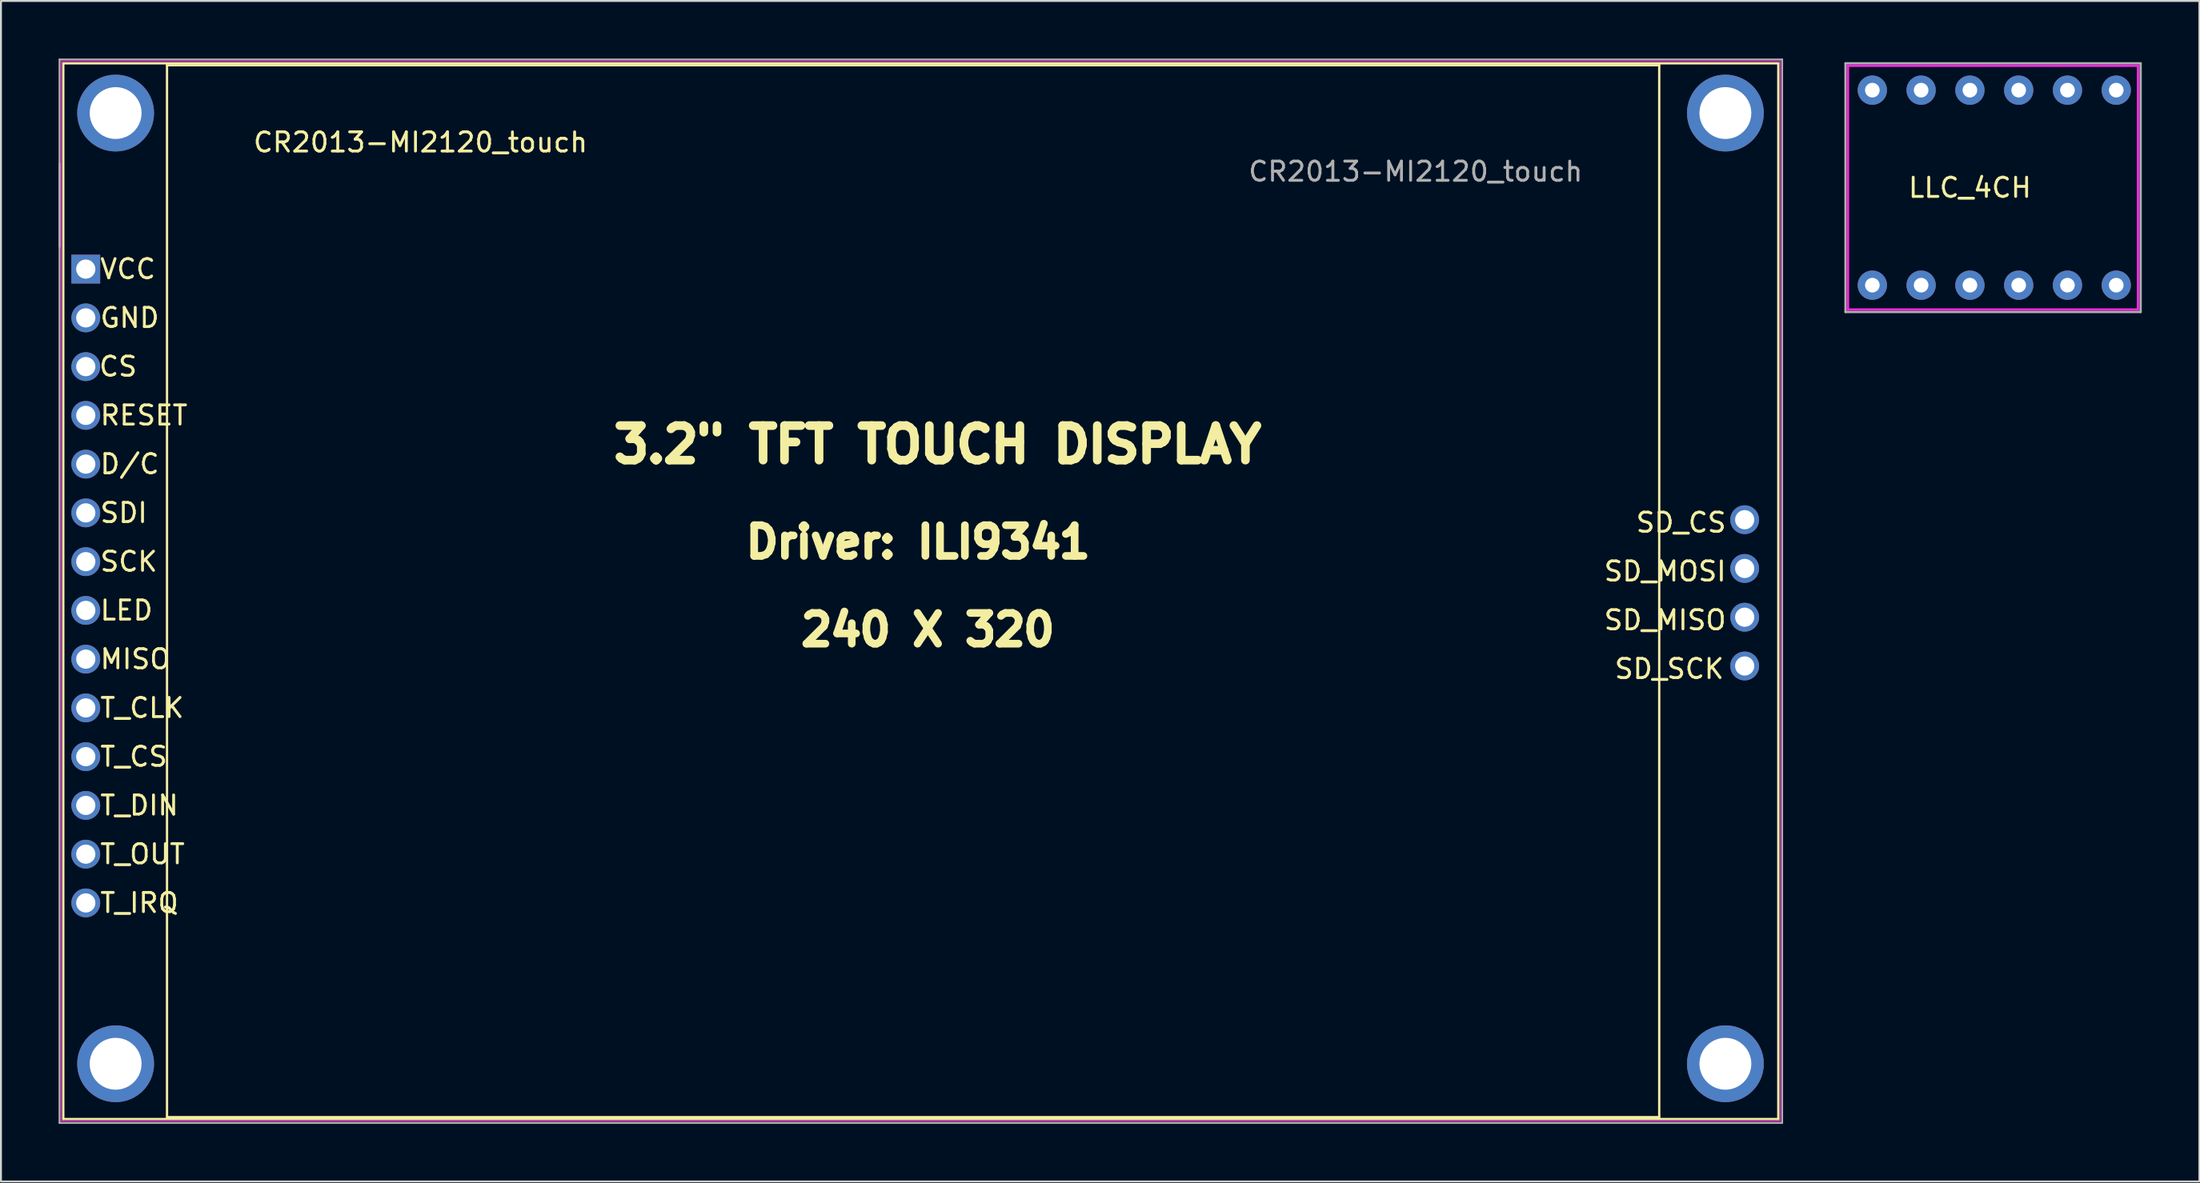
<source format=kicad_pcb>
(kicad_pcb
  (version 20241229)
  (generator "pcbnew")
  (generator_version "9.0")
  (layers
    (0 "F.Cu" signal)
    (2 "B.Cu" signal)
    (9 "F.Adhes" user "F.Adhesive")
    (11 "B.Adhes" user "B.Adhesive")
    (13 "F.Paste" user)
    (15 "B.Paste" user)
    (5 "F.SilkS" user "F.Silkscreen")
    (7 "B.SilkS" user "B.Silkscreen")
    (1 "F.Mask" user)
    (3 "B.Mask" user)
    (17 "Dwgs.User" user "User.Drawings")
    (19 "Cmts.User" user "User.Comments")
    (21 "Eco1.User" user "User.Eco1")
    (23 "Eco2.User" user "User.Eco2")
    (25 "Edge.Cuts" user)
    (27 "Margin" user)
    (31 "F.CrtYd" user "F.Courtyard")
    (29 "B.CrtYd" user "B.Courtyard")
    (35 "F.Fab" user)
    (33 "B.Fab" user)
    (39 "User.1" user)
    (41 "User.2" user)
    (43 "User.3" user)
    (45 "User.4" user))
  (footprint "CR2013-MI2120_touch"
    (layer "F.Cu")
    (at 0.654 10.818)
    (property "Reference" "CR2013-MI2120_touch" (at 18.192 -6.454 0) (layer "F.SilkS") (effects (font (size 1 1) (thickness 0.15))))
    (attr through_hole)
    (fp_line (start -0.408 -10.568) (end 88.892 -10.568) (stroke (width 0.12) (type solid)) (layer "F.SilkS"))
    (fp_line (start -0.408 44.432) (end -0.408 -10.568) (stroke (width 0.12) (type solid)) (layer "F.SilkS"))
    (fp_line (start 4.992 -10.468) (end 4.992 44.332) (stroke (width 0.12) (type solid)) (layer "F.SilkS"))
    (fp_line (start 4.992 -10.468) (end 82.692 -10.468) (stroke (width 0.12) (type solid)) (layer "F.SilkS"))
    (fp_line (start 4.992 44.332) (end 82.692 44.332) (stroke (width 0.12) (type solid)) (layer "F.SilkS"))
    (fp_line (start 82.692 -10.468) (end 82.692 44.332) (stroke (width 0.12) (type solid)) (layer "F.SilkS"))
    (fp_line (start 88.892 -10.568) (end 88.892 44.432) (stroke (width 0.12) (type solid)) (layer "F.SilkS"))
    (fp_line (start 88.892 44.432) (end -0.408 44.432) (stroke (width 0.12) (type solid)) (layer "F.SilkS"))
    (fp_line (start -0.508 -10.668) (end 88.992 -10.668) (stroke (width 0.05) (type solid)) (layer "F.CrtYd"))
    (fp_line (start -0.508 44.532) (end -0.508 -10.668) (stroke (width 0.05) (type solid)) (layer "F.CrtYd"))
    (fp_line (start 88.992 -10.668) (end 88.992 44.532) (stroke (width 0.05) (type solid)) (layer "F.CrtYd"))
    (fp_line (start 88.992 44.532) (end -0.508 44.532) (stroke (width 0.05) (type solid)) (layer "F.CrtYd"))
    (fp_line (start -0.604 -10.768) (end 89.092 -10.768) (stroke (width 0.1) (type solid)) (layer "F.Fab"))
    (fp_line (start -0.604 -1) (end -0.604 -10.768) (stroke (width 0.1) (type solid)) (layer "F.Fab"))
    (fp_line (start -0.604 44.632) (end -0.604 -5.35) (stroke (width 0.1) (type solid)) (layer "F.Fab"))
    (fp_line (start 89.092 -10.768) (end 89.092 44.632) (stroke (width 0.1) (type solid)) (layer "F.Fab"))
    (fp_line (start 89.092 44.632) (end -0.604 44.632) (stroke (width 0.1) (type solid)) (layer "F.Fab"))
    (fp_text user "LED" (at 1.428 17.93 0) (layer "F.SilkS") (effects (font (size 1 1) (thickness 0.15)) (justify left)))
    (fp_text user "Driver: ILI9341" (at 44.1 14.374 0) (layer "F.SilkS") (effects (font (size 1.6 1.6) (thickness 0.4))))
    (fp_text user "D/C" (at 1.428 10.31 0) (layer "F.SilkS") (effects (font (size 1 1) (thickness 0.15)) (justify left)))
    (fp_text user "CS" (at 2.444 5.23 0) (layer "F.SilkS") (effects (font (size 1 1) (thickness 0.15))))
    (fp_text user "SDI" (at 1.428 12.85 0) (layer "F.SilkS") (effects (font (size 1 1) (thickness 0.15)) (justify left)))
    (fp_text user "VCC" (at 1.428 0.15 0) (layer "F.SilkS") (effects (font (size 1 1) (thickness 0.15)) (justify left)))
    (fp_text user "T_CS" (at 1.428 25.55 0) (layer "F.SilkS") (effects (font (size 1 1) (thickness 0.15)) (justify left)))
    (fp_text user "T_DIN" (at 1.428 28.09 0) (layer "F.SilkS") (effects (font (size 1 1) (thickness 0.15)) (justify left)))
    (fp_text user "3.2\" TFT TOUCH DISPLAY" (at 45.116 9.294 0) (layer "F.SilkS") (effects (font (size 1.8 1.8) (thickness 0.45))))
    (fp_text user "T_CLK" (at 1.428 23.01 0) (layer "F.SilkS") (effects (font (size 1 1) (thickness 0.15)) (justify left)))
    (fp_text user "SD_MISO" (at 86.264 18.438 0) (layer "F.SilkS") (effects (font (size 1 1) (thickness 0.15)) (justify right)))
    (fp_text user "SD_SCK" (at 83.216 20.978 0) (layer "F.SilkS") (effects (font (size 1 1) (thickness 0.15))))
    (fp_text user "RESET" (at 1.428 7.77 0) (layer "F.SilkS") (effects (font (size 1 1) (thickness 0.15)) (justify left)))
    (fp_text user "240 X 320" (at 44.608 18.946 0) (layer "F.SilkS") (effects (font (size 1.6 1.6) (thickness 0.4))))
    (fp_text user "SCK" (at 1.428 15.39 0) (layer "F.SilkS") (effects (font (size 1 1) (thickness 0.15)) (justify left)))
    (fp_text user "SD_CS" (at 86.264 13.358 0) (layer "F.SilkS") (effects (font (size 1 1) (thickness 0.15)) (justify right)))
    (fp_text user "T_IRQ" (at 1.428 33.17 0) (layer "F.SilkS") (effects (font (size 1 1) (thickness 0.15)) (justify left)))
    (fp_text user "T_OUT" (at 1.428 30.63 0) (layer "F.SilkS") (effects (font (size 1 1) (thickness 0.15)) (justify left)))
    (fp_text user "MISO" (at 1.428 20.47 0) (layer "F.SilkS") (effects (font (size 1 1) (thickness 0.15)) (justify left)))
    (fp_text user "GND" (at 1.428 2.69 0) (layer "F.SilkS") (effects (font (size 1 1) (thickness 0.15)) (justify left)))
    (fp_text user "SD_MOSI" (at 86.264 15.898 0) (layer "F.SilkS") (effects (font (size 1 1) (thickness 0.15)) (justify right)))
    (fp_text user "${REFERENCE}" (at 70.008 -4.93 0) (layer "F.Fab") (effects (font (size 1 1) (thickness 0.15))))
    (pad "" thru_hole circle (at 2.317 -7.978) (size 4 4) (drill 2.7) (layers "*.Cu" "*.Mask"))
    (pad "" thru_hole circle (at 2.317 41.552) (size 4 4) (drill 2.7) (layers "*.Cu" "*.Mask"))
    (pad "" thru_hole circle (at 86.137 -7.978) (size 4 4) (drill 2.7) (layers "*.Cu" "*.Mask"))
    (pad "" thru_hole circle (at 86.137 41.552) (size 4 4) (drill 2.7) (layers "*.Cu" "*.Mask"))
    (pad "1" thru_hole rect (at 0.762 0.152) (size 1.5 1.5) (drill 1) (layers "*.Cu" "*.Mask"))
    (pad "2" thru_hole circle (at 0.762 2.692) (size 1.5 1.5) (drill 1) (layers "*.Cu" "*.Mask"))
    (pad "3" thru_hole circle (at 0.762 5.232) (size 1.5 1.5) (drill 1) (layers "*.Cu" "*.Mask"))
    (pad "4" thru_hole circle (at 0.762 7.772) (size 1.5 1.5) (drill 1) (layers "*.Cu" "*.Mask"))
    (pad "5" thru_hole circle (at 0.762 10.312) (size 1.5 1.5) (drill 1) (layers "*.Cu" "*.Mask"))
    (pad "6" thru_hole circle (at 0.762 12.852) (size 1.5 1.5) (drill 1) (layers "*.Cu" "*.Mask"))
    (pad "7" thru_hole circle (at 0.762 15.392) (size 1.5 1.5) (drill 1) (layers "*.Cu" "*.Mask"))
    (pad "8" thru_hole circle (at 0.762 17.932) (size 1.5 1.5) (drill 1) (layers "*.Cu" "*.Mask"))
    (pad "9" thru_hole circle (at 0.762 20.472) (size 1.5 1.5) (drill 1) (layers "*.Cu" "*.Mask"))
    (pad "10" thru_hole circle (at 87.142 13.208) (size 1.5 1.5) (drill 1) (layers "*.Cu" "*.Mask"))
    (pad "11" thru_hole circle (at 87.142 15.748) (size 1.5 1.5) (drill 1) (layers "*.Cu" "*.Mask"))
    (pad "12" thru_hole circle (at 87.142 18.288) (size 1.5 1.5) (drill 1) (layers "*.Cu" "*.Mask"))
    (pad "13" thru_hole circle (at 87.142 20.828) (size 1.5 1.5) (drill 1) (layers "*.Cu" "*.Mask"))
    (pad "14" thru_hole circle (at 0.762 23.012) (size 1.5 1.5) (drill 1) (layers "*.Cu" "*.Mask"))
    (pad "15" thru_hole circle (at 0.762 25.552) (size 1.5 1.5) (drill 1) (layers "*.Cu" "*.Mask"))
    (pad "16" thru_hole circle (at 0.762 28.092) (size 1.5 1.5) (drill 1) (layers "*.Cu" "*.Mask"))
    (pad "17" thru_hole circle (at 0.762 30.632) (size 1.5 1.5) (drill 1) (layers "*.Cu" "*.Mask"))
    (pad "18" thru_hole circle (at 0.762 33.172) (size 1.5 1.5) (drill 1) (layers "*.Cu" "*.Mask")))
  (footprint "LLC_4CH"
    (layer "F.Cu")
    (at 93.046 0.25)
    (property "Reference" "LLC_4CH" (at 6.477 6.477 0) (layer "F.SilkS") (effects (font (size 1 1) (thickness 0.15))))
    (attr through_hole)
    (fp_line (start 0.127 0.127) (end 0.127 12.827) (stroke (width 0.12) (type solid)) (layer "F.CrtYd"))
    (fp_line (start 0.127 0.127) (end 15.227 0.127) (stroke (width 0.12) (type solid)) (layer "F.CrtYd"))
    (fp_line (start 0.127 12.827) (end 15.227 12.827) (stroke (width 0.12) (type solid)) (layer "F.CrtYd"))
    (fp_line (start 15.227 0.127) (end 15.227 12.827) (stroke (width 0.12) (type solid)) (layer "F.CrtYd"))
    (fp_line (start 0 0) (end 0 12.954) (stroke (width 0.12) (type solid)) (layer "F.Fab"))
    (fp_line (start 0 12.954) (end 15.367 12.954) (stroke (width 0.12) (type solid)) (layer "F.Fab"))
    (fp_line (start 15.367 0) (end 0 0) (stroke (width 0.12) (type solid)) (layer "F.Fab"))
    (fp_line (start 15.367 12.954) (end 15.367 0) (stroke (width 0.12) (type solid)) (layer "F.Fab"))
    (pad "1" thru_hole circle (at 6.477 11.557) (size 1.524 1.524) (drill 0.762) (layers "*.Cu" "*.Mask"))
    (pad "2" thru_hole circle (at 6.477 1.397) (size 1.524 1.524) (drill 0.762) (layers "*.Cu" "*.Mask"))
    (pad "3" thru_hole circle (at 9.017 1.397) (size 1.524 1.524) (drill 0.762) (layers "*.Cu" "*.Mask"))
    (pad "3" thru_hole circle (at 9.017 11.557) (size 1.524 1.524) (drill 0.762) (layers "*.Cu" "*.Mask"))
    (pad "4" thru_hole circle (at 1.397 11.557) (size 1.524 1.524) (drill 0.762) (layers "*.Cu" "*.Mask"))
    (pad "5" thru_hole circle (at 1.397 1.397) (size 1.524 1.524) (drill 0.762) (layers "*.Cu" "*.Mask"))
    (pad "6" thru_hole circle (at 3.937 11.557) (size 1.524 1.524) (drill 0.762) (layers "*.Cu" "*.Mask"))
    (pad "7" thru_hole circle (at 3.937 1.397) (size 1.524 1.524) (drill 0.762) (layers "*.Cu" "*.Mask"))
    (pad "8" thru_hole circle (at 11.557 11.557) (size 1.524 1.524) (drill 0.762) (layers "*.Cu" "*.Mask"))
    (pad "9" thru_hole circle (at 11.557 1.397) (size 1.524 1.524) (drill 0.762) (layers "*.Cu" "*.Mask"))
    (pad "10" thru_hole circle (at 14.097 11.557) (size 1.524 1.524) (drill 0.762) (layers "*.Cu" "*.Mask"))
    (pad "11" thru_hole circle (at 14.097 1.397) (size 1.524 1.524) (drill 0.762) (layers "*.Cu" "*.Mask")))
  (gr_rect
    (start -3 -3)
    (end 111.473 58.5)
    (stroke (width 0.1) (type default))
    (fill no)
    (layer "Edge.Cuts")))
</source>
